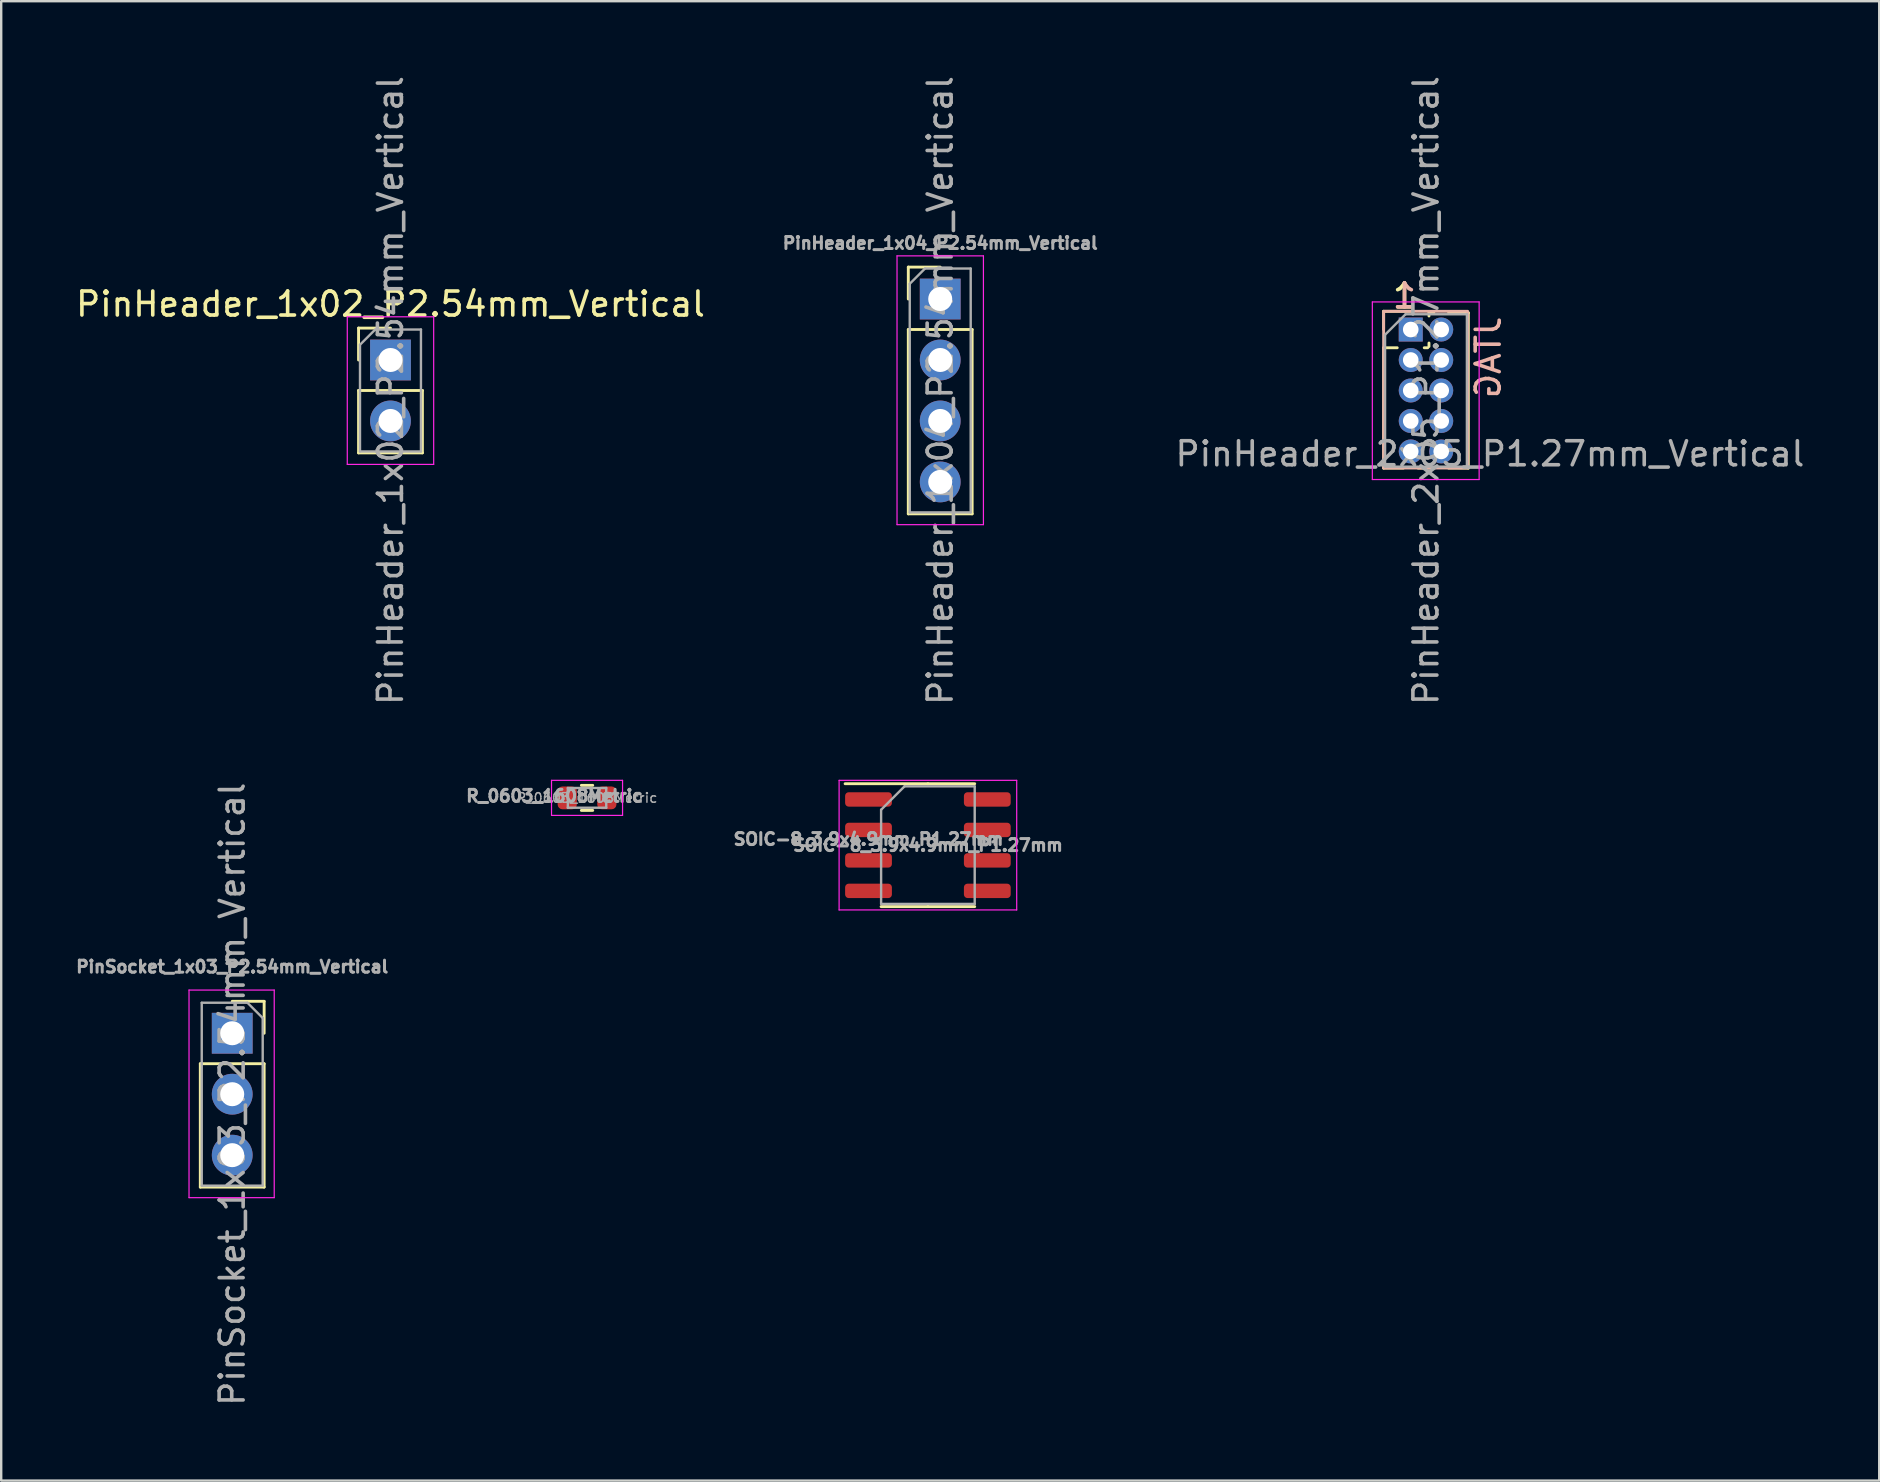
<source format=kicad_pcb>
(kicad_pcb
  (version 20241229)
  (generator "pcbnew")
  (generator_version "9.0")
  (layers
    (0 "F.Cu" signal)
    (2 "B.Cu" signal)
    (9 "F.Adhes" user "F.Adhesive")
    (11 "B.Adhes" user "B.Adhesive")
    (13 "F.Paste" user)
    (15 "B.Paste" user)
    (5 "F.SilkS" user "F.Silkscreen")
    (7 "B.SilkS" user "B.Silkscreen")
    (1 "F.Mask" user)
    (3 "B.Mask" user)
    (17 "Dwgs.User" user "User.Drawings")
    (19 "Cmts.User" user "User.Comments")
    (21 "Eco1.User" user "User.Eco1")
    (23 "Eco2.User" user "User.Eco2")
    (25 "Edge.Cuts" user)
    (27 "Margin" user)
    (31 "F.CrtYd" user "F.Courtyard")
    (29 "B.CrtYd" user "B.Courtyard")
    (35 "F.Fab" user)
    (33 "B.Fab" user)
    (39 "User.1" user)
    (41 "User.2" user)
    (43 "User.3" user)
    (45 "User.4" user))
  (footprint "SOIC-8_3.9x4.9mm_P1.27mm"
    (layer "F.Cu")
    (at 35.613 32.165)
    (property "Reference" "SOIC-8_3.9x4.9mm_P1.27mm" (at -2.475 -0.25 0) (layer "F.Fab") (effects (font (size 0.5 0.5) (thickness 0.15))))
    (attr smd)
    (fp_line (start 0 -2.56) (end -3.45 -2.56) (stroke (width 0.12) (type solid)) (layer "F.SilkS"))
    (fp_line (start 0 -2.56) (end 1.95 -2.56) (stroke (width 0.12) (type solid)) (layer "F.SilkS"))
    (fp_line (start 0 2.56) (end -1.95 2.56) (stroke (width 0.12) (type solid)) (layer "F.SilkS"))
    (fp_line (start 0 2.56) (end 1.95 2.56) (stroke (width 0.12) (type solid)) (layer "F.SilkS"))
    (fp_line (start -3.7 -2.7) (end -3.7 2.7) (stroke (width 0.05) (type solid)) (layer "F.CrtYd"))
    (fp_line (start -3.7 2.7) (end 3.7 2.7) (stroke (width 0.05) (type solid)) (layer "F.CrtYd"))
    (fp_line (start 3.7 -2.7) (end -3.7 -2.7) (stroke (width 0.05) (type solid)) (layer "F.CrtYd"))
    (fp_line (start 3.7 2.7) (end 3.7 -2.7) (stroke (width 0.05) (type solid)) (layer "F.CrtYd"))
    (fp_line (start -1.95 -1.475) (end -0.975 -2.45) (stroke (width 0.1) (type solid)) (layer "F.Fab"))
    (fp_line (start -1.95 2.45) (end -1.95 -1.475) (stroke (width 0.1) (type solid)) (layer "F.Fab"))
    (fp_line (start -0.975 -2.45) (end 1.95 -2.45) (stroke (width 0.1) (type solid)) (layer "F.Fab"))
    (fp_line (start 1.95 -2.45) (end 1.95 2.45) (stroke (width 0.1) (type solid)) (layer "F.Fab"))
    (fp_line (start 1.95 2.45) (end -1.95 2.45) (stroke (width 0.1) (type solid)) (layer "F.Fab"))
    (fp_text user "${REFERENCE}" (at 0 0 0) (layer "F.Fab") (effects (font (size 0.5 0.5) (thickness 0.15))))
    (pad "1" smd roundrect (at -2.475 -1.905) (size 1.95 0.6) (layers "F.Cu" "F.Mask" "F.Paste") (roundrect_rratio 0.25))
    (pad "2" smd roundrect (at -2.475 -0.635) (size 1.95 0.6) (layers "F.Cu" "F.Mask" "F.Paste") (roundrect_rratio 0.25))
    (pad "3" smd roundrect (at -2.475 0.635) (size 1.95 0.6) (layers "F.Cu" "F.Mask" "F.Paste") (roundrect_rratio 0.25))
    (pad "4" smd roundrect (at -2.475 1.905) (size 1.95 0.6) (layers "F.Cu" "F.Mask" "F.Paste") (roundrect_rratio 0.25))
    (pad "5" smd roundrect (at 2.475 1.905) (size 1.95 0.6) (layers "F.Cu" "F.Mask" "F.Paste") (roundrect_rratio 0.25))
    (pad "6" smd roundrect (at 2.475 0.635) (size 1.95 0.6) (layers "F.Cu" "F.Mask" "F.Paste") (roundrect_rratio 0.25))
    (pad "7" smd roundrect (at 2.475 -0.635) (size 1.95 0.6) (layers "F.Cu" "F.Mask" "F.Paste") (roundrect_rratio 0.25))
    (pad "8" smd roundrect (at 2.475 -1.905) (size 1.95 0.6) (layers "F.Cu" "F.Mask" "F.Paste") (roundrect_rratio 0.25)))
  (footprint "PinSocket_1x03_P2.54mm_Vertical"
    (layer "F.Cu")
    (at 6.626 40.002)
    (property "Reference" "PinSocket_1x03_P2.54mm_Vertical" (at 0 -2.77 0) (layer "F.Fab") (effects (font (size 0.5 0.5) (thickness 0.15))))
    (attr through_hole)
    (fp_line (start -1.33 1.27) (end -1.33 6.41) (stroke (width 0.12) (type solid)) (layer "F.SilkS"))
    (fp_line (start -1.33 1.27) (end 1.33 1.27) (stroke (width 0.12) (type solid)) (layer "F.SilkS"))
    (fp_line (start -1.33 6.41) (end 1.33 6.41) (stroke (width 0.12) (type solid)) (layer "F.SilkS"))
    (fp_line (start 0 -1.33) (end 1.33 -1.33) (stroke (width 0.12) (type solid)) (layer "F.SilkS"))
    (fp_line (start 1.33 -1.33) (end 1.33 0) (stroke (width 0.12) (type solid)) (layer "F.SilkS"))
    (fp_line (start 1.33 1.27) (end 1.33 6.41) (stroke (width 0.12) (type solid)) (layer "F.SilkS"))
    (fp_line (start -1.8 -1.8) (end 1.75 -1.8) (stroke (width 0.05) (type solid)) (layer "F.CrtYd"))
    (fp_line (start -1.8 6.85) (end -1.8 -1.8) (stroke (width 0.05) (type solid)) (layer "F.CrtYd"))
    (fp_line (start 1.75 -1.8) (end 1.75 6.85) (stroke (width 0.05) (type solid)) (layer "F.CrtYd"))
    (fp_line (start 1.75 6.85) (end -1.8 6.85) (stroke (width 0.05) (type solid)) (layer "F.CrtYd"))
    (fp_line (start -1.27 -1.27) (end 0.635 -1.27) (stroke (width 0.1) (type solid)) (layer "F.Fab"))
    (fp_line (start -1.27 6.35) (end -1.27 -1.27) (stroke (width 0.1) (type solid)) (layer "F.Fab"))
    (fp_line (start 0.635 -1.27) (end 1.27 -0.635) (stroke (width 0.1) (type solid)) (layer "F.Fab"))
    (fp_line (start 1.27 -0.635) (end 1.27 6.35) (stroke (width 0.1) (type solid)) (layer "F.Fab"))
    (fp_line (start 1.27 6.35) (end -1.27 6.35) (stroke (width 0.1) (type solid)) (layer "F.Fab"))
    (fp_text user "${REFERENCE}" (at 0 2.54 270) (layer "F.Fab") (effects (font (size 1 1) (thickness 0.15))))
    (pad "1" thru_hole rect (at 0 0) (size 1.7 1.7) (drill 1) (layers "*.Cu" "*.Mask"))
    (pad "2" thru_hole oval (at 0 2.54) (size 1.7 1.7) (drill 1) (layers "*.Cu" "*.Mask"))
    (pad "3" thru_hole oval (at 0 5.08) (size 1.7 1.7) (drill 1) (layers "*.Cu" "*.Mask")))
  (footprint "R_0603_1608Metric"
    (layer "F.Cu")
    (at 21.41 30.195)
    (property "Reference" "R_0603_1608Metric" (at -1.355 -0.08 0) (layer "F.Fab") (effects (font (size 0.5 0.5) (thickness 0.15))))
    (attr smd)
    (fp_line (start -0.237 -0.522) (end 0.237 -0.522) (stroke (width 0.12) (type solid)) (layer "F.SilkS"))
    (fp_line (start -0.237 0.522) (end 0.237 0.522) (stroke (width 0.12) (type solid)) (layer "F.SilkS"))
    (fp_line (start -1.48 -0.73) (end 1.48 -0.73) (stroke (width 0.05) (type solid)) (layer "F.CrtYd"))
    (fp_line (start -1.48 0.73) (end -1.48 -0.73) (stroke (width 0.05) (type solid)) (layer "F.CrtYd"))
    (fp_line (start 1.48 -0.73) (end 1.48 0.73) (stroke (width 0.05) (type solid)) (layer "F.CrtYd"))
    (fp_line (start 1.48 0.73) (end -1.48 0.73) (stroke (width 0.05) (type solid)) (layer "F.CrtYd"))
    (fp_line (start -0.8 -0.412) (end 0.8 -0.412) (stroke (width 0.1) (type solid)) (layer "F.Fab"))
    (fp_line (start -0.8 0.412) (end -0.8 -0.412) (stroke (width 0.1) (type solid)) (layer "F.Fab"))
    (fp_line (start 0.8 -0.412) (end 0.8 0.412) (stroke (width 0.1) (type solid)) (layer "F.Fab"))
    (fp_line (start 0.8 0.412) (end -0.8 0.412) (stroke (width 0.1) (type solid)) (layer "F.Fab"))
    (fp_text user "${REFERENCE}" (at 0 0 0) (layer "F.Fab") (effects (font (size 0.4 0.4) (thickness 0.06))))
    (pad "1" smd roundrect (at -0.825 0) (size 0.8 0.95) (layers "F.Cu" "F.Mask" "F.Paste") (roundrect_rratio 0.25))
    (pad "2" smd roundrect (at 0.825 0) (size 0.8 0.95) (layers "F.Cu" "F.Mask" "F.Paste") (roundrect_rratio 0.25)))
  (footprint "PinHeader_2x05_P1.27mm_Vertical"
    (layer "F.Cu")
    (at 55.731 10.68)
    (property "Reference" "PinHeader_2x05_P1.27mm_Vertical" (at 3.3 5.18 0) (layer "F.Fab") (effects (font (size 1 1) (thickness 0.15))))
    (property "Value" "JTAG" (at 3.2 1.12 90) (layer "F.SilkS") (hide yes) (effects (font (size 1 1) (thickness 0.15))))
    (attr through_hole)
    (fp_line (start -1.13 -0.76) (end 0 -0.76) (stroke (width 0.12) (type solid)) (layer "F.SilkS"))
    (fp_line (start -1.13 0) (end -1.13 -0.76) (stroke (width 0.12) (type solid)) (layer "F.SilkS"))
    (fp_line (start -1.13 0.76) (end -1.13 5.775) (stroke (width 0.12) (type solid)) (layer "F.SilkS"))
    (fp_line (start -1.13 0.76) (end -0.563 0.76) (stroke (width 0.12) (type solid)) (layer "F.SilkS"))
    (fp_line (start -1.13 5.775) (end -0.308 5.775) (stroke (width 0.12) (type solid)) (layer "F.SilkS"))
    (fp_line (start 0.308 5.775) (end 0.962 5.775) (stroke (width 0.12) (type solid)) (layer "F.SilkS"))
    (fp_line (start 0.563 0.76) (end 0.707 0.76) (stroke (width 0.12) (type solid)) (layer "F.SilkS"))
    (fp_line (start 0.76 -0.695) (end 0.962 -0.695) (stroke (width 0.12) (type solid)) (layer "F.SilkS"))
    (fp_line (start 0.76 -0.563) (end 0.76 -0.695) (stroke (width 0.12) (type solid)) (layer "F.SilkS"))
    (fp_line (start 0.76 0.707) (end 0.76 0.563) (stroke (width 0.12) (type solid)) (layer "F.SilkS"))
    (fp_line (start 1.578 -0.695) (end 2.4 -0.695) (stroke (width 0.12) (type solid)) (layer "F.SilkS"))
    (fp_line (start 1.578 5.775) (end 2.4 5.775) (stroke (width 0.12) (type solid)) (layer "F.SilkS"))
    (fp_line (start 2.4 -0.695) (end 2.4 5.775) (stroke (width 0.12) (type solid)) (layer "F.SilkS"))
    (fp_rect (start -1.13 -0.76) (end 2.37 5.77) (stroke (width 0.12) (type solid)) (fill no) (layer "B.SilkS"))
    (fp_line (start -1.6 -1.15) (end -1.6 6.25) (stroke (width 0.05) (type solid)) (layer "F.CrtYd"))
    (fp_line (start -1.6 6.25) (end 2.85 6.25) (stroke (width 0.05) (type solid)) (layer "F.CrtYd"))
    (fp_line (start 2.85 -1.15) (end -1.6 -1.15) (stroke (width 0.05) (type solid)) (layer "F.CrtYd"))
    (fp_line (start 2.85 6.25) (end 2.85 -1.15) (stroke (width 0.05) (type solid)) (layer "F.CrtYd"))
    (fp_line (start -1.07 0.217) (end -0.217 -0.635) (stroke (width 0.1) (type solid)) (layer "F.Fab"))
    (fp_line (start -1.07 5.715) (end -1.07 0.217) (stroke (width 0.1) (type solid)) (layer "F.Fab"))
    (fp_line (start -0.217 -0.635) (end 2.34 -0.635) (stroke (width 0.1) (type solid)) (layer "F.Fab"))
    (fp_line (start 2.34 -0.635) (end 2.34 5.715) (stroke (width 0.1) (type solid)) (layer "F.Fab"))
    (fp_line (start 2.34 5.715) (end -1.07 5.715) (stroke (width 0.1) (type solid)) (layer "F.Fab"))
    (fp_text user "1" (at -0.26 -1.4 0) (unlocked yes) (layer "F.SilkS") (effects (font (size 1 1) (thickness 0.15))))
    (fp_text user "1" (at -0.26 -1.4 0) (unlocked yes) (layer "B.SilkS") (effects (font (size 1 1) (thickness 0.15)) (justify mirror)))
    (fp_text user "${VALUE}" (at 3.23 1.16 90) (layer "B.SilkS") (effects (font (size 1 1) (thickness 0.15)) (justify mirror)))
    (fp_text user "${REFERENCE}" (at 0.635 2.54 90) (layer "F.Fab") (effects (font (size 1 1) (thickness 0.15))))
    (pad "1" thru_hole rect (at 0 0) (size 1 1) (drill 0.65) (layers "*.Cu" "*.Mask"))
    (pad "2" thru_hole oval (at 1.27 0) (size 1 1) (drill 0.65) (layers "*.Cu" "*.Mask"))
    (pad "3" thru_hole oval (at 0 1.27) (size 1 1) (drill 0.65) (layers "*.Cu" "*.Mask"))
    (pad "4" thru_hole oval (at 1.27 1.27) (size 1 1) (drill 0.65) (layers "*.Cu" "*.Mask"))
    (pad "5" thru_hole oval (at 0 2.54) (size 1 1) (drill 0.65) (layers "*.Cu" "*.Mask"))
    (pad "6" thru_hole oval (at 1.27 2.54) (size 1 1) (drill 0.65) (layers "*.Cu" "*.Mask"))
    (pad "7" thru_hole oval (at 0 3.81) (size 1 1) (drill 0.65) (layers "*.Cu" "*.Mask"))
    (pad "8" thru_hole oval (at 1.27 3.81) (size 1 1) (drill 0.65) (layers "*.Cu" "*.Mask"))
    (pad "9" thru_hole oval (at 0 5.08) (size 1 1) (drill 0.65) (layers "*.Cu" "*.Mask"))
    (pad "10" thru_hole oval (at 1.27 5.08) (size 1 1) (drill 0.65) (layers "*.Cu" "*.Mask")))
  (footprint "PinHeader_1x04_P2.54mm_Vertical"
    (layer "F.Cu")
    (at 36.126 9.41)
    (property "Reference" "PinHeader_1x04_P2.54mm_Vertical" (at 0 -2.33 0) (layer "F.Fab") (effects (font (size 0.5 0.5) (thickness 0.15))))
    (attr through_hole)
    (fp_line (start -1.33 -1.33) (end 0 -1.33) (stroke (width 0.12) (type solid)) (layer "F.SilkS"))
    (fp_line (start -1.33 0) (end -1.33 -1.33) (stroke (width 0.12) (type solid)) (layer "F.SilkS"))
    (fp_line (start -1.33 1.27) (end -1.33 8.95) (stroke (width 0.12) (type solid)) (layer "F.SilkS"))
    (fp_line (start -1.33 1.27) (end 1.33 1.27) (stroke (width 0.12) (type solid)) (layer "F.SilkS"))
    (fp_line (start -1.33 8.95) (end 1.33 8.95) (stroke (width 0.12) (type solid)) (layer "F.SilkS"))
    (fp_line (start 1.33 1.27) (end 1.33 8.95) (stroke (width 0.12) (type solid)) (layer "F.SilkS"))
    (fp_line (start -1.8 -1.8) (end -1.8 9.4) (stroke (width 0.05) (type solid)) (layer "F.CrtYd"))
    (fp_line (start -1.8 9.4) (end 1.8 9.4) (stroke (width 0.05) (type solid)) (layer "F.CrtYd"))
    (fp_line (start 1.8 -1.8) (end -1.8 -1.8) (stroke (width 0.05) (type solid)) (layer "F.CrtYd"))
    (fp_line (start 1.8 9.4) (end 1.8 -1.8) (stroke (width 0.05) (type solid)) (layer "F.CrtYd"))
    (fp_line (start -1.27 -0.635) (end -0.635 -1.27) (stroke (width 0.1) (type solid)) (layer "F.Fab"))
    (fp_line (start -1.27 8.89) (end -1.27 -0.635) (stroke (width 0.1) (type solid)) (layer "F.Fab"))
    (fp_line (start -0.635 -1.27) (end 1.27 -1.27) (stroke (width 0.1) (type solid)) (layer "F.Fab"))
    (fp_line (start 1.27 -1.27) (end 1.27 8.89) (stroke (width 0.1) (type solid)) (layer "F.Fab"))
    (fp_line (start 1.27 8.89) (end -1.27 8.89) (stroke (width 0.1) (type solid)) (layer "F.Fab"))
    (fp_text user "${REFERENCE}" (at 0 3.81 270) (layer "F.Fab") (effects (font (size 1 1) (thickness 0.15))))
    (pad "1" thru_hole rect (at 0 0) (size 1.7 1.7) (drill 1) (layers "*.Cu" "*.Mask"))
    (pad "2" thru_hole oval (at 0 2.54) (size 1.7 1.7) (drill 1) (layers "*.Cu" "*.Mask"))
    (pad "3" thru_hole oval (at 0 5.08) (size 1.7 1.7) (drill 1) (layers "*.Cu" "*.Mask"))
    (pad "4" thru_hole oval (at 0 7.62) (size 1.7 1.7) (drill 1) (layers "*.Cu" "*.Mask")))
  (footprint "PinHeader_1x02_P2.54mm_Vertical"
    (layer "F.Cu")
    (at 13.22 11.95)
    (property "Reference" "PinHeader_1x02_P2.54mm_Vertical" (at 0 -2.33 0) (layer "F.SilkS") (effects (font (size 1 1) (thickness 0.15))))
    (attr through_hole)
    (fp_line (start -1.33 -1.33) (end 0 -1.33) (stroke (width 0.12) (type solid)) (layer "F.SilkS"))
    (fp_line (start -1.33 0) (end -1.33 -1.33) (stroke (width 0.12) (type solid)) (layer "F.SilkS"))
    (fp_line (start -1.33 1.27) (end -1.33 3.87) (stroke (width 0.12) (type solid)) (layer "F.SilkS"))
    (fp_line (start -1.33 1.27) (end 1.33 1.27) (stroke (width 0.12) (type solid)) (layer "F.SilkS"))
    (fp_line (start -1.33 3.87) (end 1.33 3.87) (stroke (width 0.12) (type solid)) (layer "F.SilkS"))
    (fp_line (start 1.33 1.27) (end 1.33 3.87) (stroke (width 0.12) (type solid)) (layer "F.SilkS"))
    (fp_line (start -1.8 -1.8) (end -1.8 4.35) (stroke (width 0.05) (type solid)) (layer "F.CrtYd"))
    (fp_line (start -1.8 4.35) (end 1.8 4.35) (stroke (width 0.05) (type solid)) (layer "F.CrtYd"))
    (fp_line (start 1.8 -1.8) (end -1.8 -1.8) (stroke (width 0.05) (type solid)) (layer "F.CrtYd"))
    (fp_line (start 1.8 4.35) (end 1.8 -1.8) (stroke (width 0.05) (type solid)) (layer "F.CrtYd"))
    (fp_line (start -1.27 -0.635) (end -0.635 -1.27) (stroke (width 0.1) (type solid)) (layer "F.Fab"))
    (fp_line (start -1.27 3.81) (end -1.27 -0.635) (stroke (width 0.1) (type solid)) (layer "F.Fab"))
    (fp_line (start -0.635 -1.27) (end 1.27 -1.27) (stroke (width 0.1) (type solid)) (layer "F.Fab"))
    (fp_line (start 1.27 -1.27) (end 1.27 3.81) (stroke (width 0.1) (type solid)) (layer "F.Fab"))
    (fp_line (start 1.27 3.81) (end -1.27 3.81) (stroke (width 0.1) (type solid)) (layer "F.Fab"))
    (fp_text user "${REFERENCE}" (at 0 1.27 90) (layer "F.Fab") (effects (font (size 1 1) (thickness 0.15))))
    (pad "1" thru_hole rect (at 0 0 180) (size 1.7 1.7) (drill 1) (layers "*.Cu" "*.Mask"))
    (pad "2" thru_hole oval (at 0 2.54 180) (size 1.7 1.7) (drill 1) (layers "*.Cu" "*.Mask")))
  (gr_rect
    (start -3 -3)
    (end 75.251 58.643)
    (stroke (width 0.1) (type default))
    (fill no)
    (layer "Edge.Cuts")))
</source>
